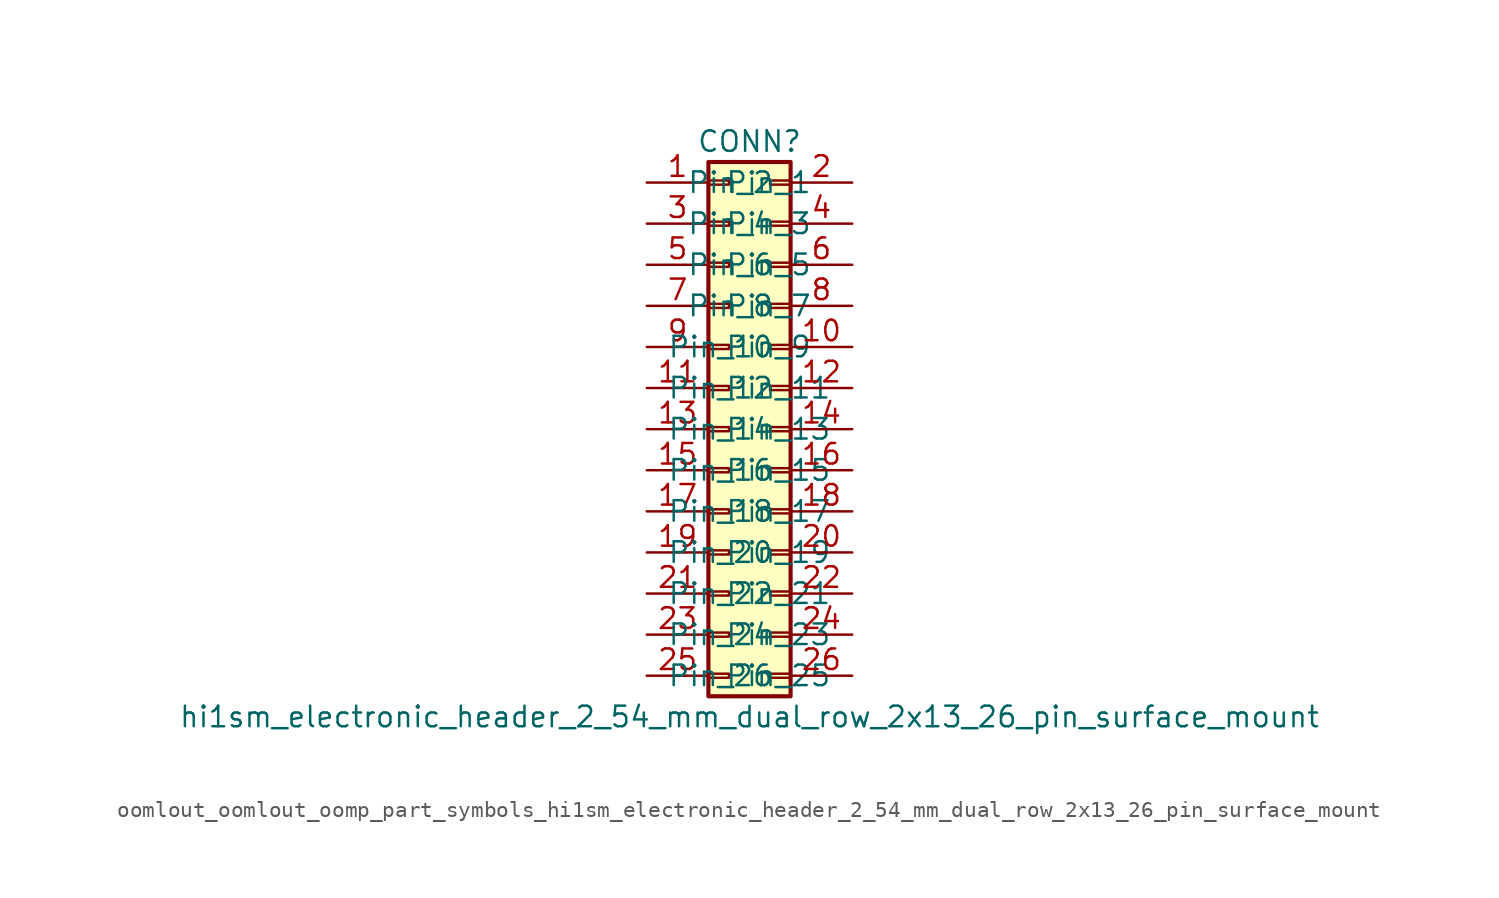
<source format=kicad_sym>
(kicad_symbol_lib
  (version 20220914)
  (generator kicad_symbol_editor)
  (symbol "oomlout_oomlout_oomp_part_symbols_hi1sm_electronic_header_2_54_mm_dual_row_2x13_26_pin_surface_mount"
    (pin_names
      (offset 1.016))
    (property "Reference" "CONN"
      (at 1.27 17.78 0)
      (effects (font (size 1.27 1.27))))
    (property "Value" "hi1sm_electronic_header_2_54_mm_dual_row_2x13_26_pin_surface_mount"
      (at 1.27 -17.78 0)
      (effects (font (size 1.27 1.27))))
    (symbol "oomlout_oomlout_oomp_part_symbols_hi1sm_electronic_header_2_54_mm_dual_row_2x13_26_pin_surface_mount_1_1"
      (rectangle (start -1.27 -15.113) (end 0 -15.367) (stroke (width 0.152) (type default)) (fill (type none)))
      (rectangle (start -1.27 -12.573) (end 0 -12.827) (stroke (width 0.152) (type default)) (fill (type none)))
      (rectangle (start -1.27 -10.033) (end 0 -10.287) (stroke (width 0.152) (type default)) (fill (type none)))
      (rectangle (start -1.27 -7.493) (end 0 -7.747) (stroke (width 0.152) (type default)) (fill (type none)))
      (rectangle (start -1.27 -4.953) (end 0 -5.207) (stroke (width 0.152) (type default)) (fill (type none)))
      (rectangle (start -1.27 -2.413) (end 0 -2.667) (stroke (width 0.152) (type default)) (fill (type none)))
      (rectangle (start -1.27 0.127) (end 0 -0.127) (stroke (width 0.152) (type default)) (fill (type none)))
      (rectangle (start -1.27 2.667) (end 0 2.413) (stroke (width 0.152) (type default)) (fill (type none)))
      (rectangle (start -1.27 5.207) (end 0 4.953) (stroke (width 0.152) (type default)) (fill (type none)))
      (rectangle (start -1.27 7.747) (end 0 7.493) (stroke (width 0.152) (type default)) (fill (type none)))
      (rectangle (start -1.27 10.287) (end 0 10.033) (stroke (width 0.152) (type default)) (fill (type none)))
      (rectangle (start -1.27 12.827) (end 0 12.573) (stroke (width 0.152) (type default)) (fill (type none)))
      (rectangle (start -1.27 15.367) (end 0 15.113) (stroke (width 0.152) (type default)) (fill (type none)))
      (rectangle (start -1.27 16.51) (end 3.81 -16.51) (stroke (width 0.254) (type default)) (fill (type background)))
      (rectangle (start 3.81 -15.113) (end 2.54 -15.367) (stroke (width 0.152) (type default)) (fill (type none)))
      (rectangle (start 3.81 -12.573) (end 2.54 -12.827) (stroke (width 0.152) (type default)) (fill (type none)))
      (rectangle (start 3.81 -10.033) (end 2.54 -10.287) (stroke (width 0.152) (type default)) (fill (type none)))
      (rectangle (start 3.81 -7.493) (end 2.54 -7.747) (stroke (width 0.152) (type default)) (fill (type none)))
      (rectangle (start 3.81 -4.953) (end 2.54 -5.207) (stroke (width 0.152) (type default)) (fill (type none)))
      (rectangle (start 3.81 -2.413) (end 2.54 -2.667) (stroke (width 0.152) (type default)) (fill (type none)))
      (rectangle (start 3.81 0.127) (end 2.54 -0.127) (stroke (width 0.152) (type default)) (fill (type none)))
      (rectangle (start 3.81 2.667) (end 2.54 2.413) (stroke (width 0.152) (type default)) (fill (type none)))
      (rectangle (start 3.81 5.207) (end 2.54 4.953) (stroke (width 0.152) (type default)) (fill (type none)))
      (rectangle (start 3.81 7.747) (end 2.54 7.493) (stroke (width 0.152) (type default)) (fill (type none)))
      (rectangle (start 3.81 10.287) (end 2.54 10.033) (stroke (width 0.152) (type default)) (fill (type none)))
      (rectangle (start 3.81 12.827) (end 2.54 12.573) (stroke (width 0.152) (type default)) (fill (type none)))
      (rectangle (start 3.81 15.367) (end 2.54 15.113) (stroke (width 0.152) (type default)) (fill (type none)))
      (pin passive line (at -5.08 15.24 0) (length 3.81) (name "Pin_1" (effects (font (size 1.27 1.27)))) (number "1" (effects (font (size 1.27 1.27)))))
      (pin passive line (at 7.62 5.08 180) (length 3.81) (name "Pin_10" (effects (font (size 1.27 1.27)))) (number "10" (effects (font (size 1.27 1.27)))))
      (pin passive line (at -5.08 2.54 0) (length 3.81) (name "Pin_11" (effects (font (size 1.27 1.27)))) (number "11" (effects (font (size 1.27 1.27)))))
      (pin passive line (at 7.62 2.54 180) (length 3.81) (name "Pin_12" (effects (font (size 1.27 1.27)))) (number "12" (effects (font (size 1.27 1.27)))))
      (pin passive line (at -5.08 0 0) (length 3.81) (name "Pin_13" (effects (font (size 1.27 1.27)))) (number "13" (effects (font (size 1.27 1.27)))))
      (pin passive line (at 7.62 0 180) (length 3.81) (name "Pin_14" (effects (font (size 1.27 1.27)))) (number "14" (effects (font (size 1.27 1.27)))))
      (pin passive line (at -5.08 -2.54 0) (length 3.81) (name "Pin_15" (effects (font (size 1.27 1.27)))) (number "15" (effects (font (size 1.27 1.27)))))
      (pin passive line (at 7.62 -2.54 180) (length 3.81) (name "Pin_16" (effects (font (size 1.27 1.27)))) (number "16" (effects (font (size 1.27 1.27)))))
      (pin passive line (at -5.08 -5.08 0) (length 3.81) (name "Pin_17" (effects (font (size 1.27 1.27)))) (number "17" (effects (font (size 1.27 1.27)))))
      (pin passive line (at 7.62 -5.08 180) (length 3.81) (name "Pin_18" (effects (font (size 1.27 1.27)))) (number "18" (effects (font (size 1.27 1.27)))))
      (pin passive line (at -5.08 -7.62 0) (length 3.81) (name "Pin_19" (effects (font (size 1.27 1.27)))) (number "19" (effects (font (size 1.27 1.27)))))
      (pin passive line (at 7.62 15.24 180) (length 3.81) (name "Pin_2" (effects (font (size 1.27 1.27)))) (number "2" (effects (font (size 1.27 1.27)))))
      (pin passive line (at 7.62 -7.62 180) (length 3.81) (name "Pin_20" (effects (font (size 1.27 1.27)))) (number "20" (effects (font (size 1.27 1.27)))))
      (pin passive line (at -5.08 -10.16 0) (length 3.81) (name "Pin_21" (effects (font (size 1.27 1.27)))) (number "21" (effects (font (size 1.27 1.27)))))
      (pin passive line (at 7.62 -10.16 180) (length 3.81) (name "Pin_22" (effects (font (size 1.27 1.27)))) (number "22" (effects (font (size 1.27 1.27)))))
      (pin passive line (at -5.08 -12.7 0) (length 3.81) (name "Pin_23" (effects (font (size 1.27 1.27)))) (number "23" (effects (font (size 1.27 1.27)))))
      (pin passive line (at 7.62 -12.7 180) (length 3.81) (name "Pin_24" (effects (font (size 1.27 1.27)))) (number "24" (effects (font (size 1.27 1.27)))))
      (pin passive line (at -5.08 -15.24 0) (length 3.81) (name "Pin_25" (effects (font (size 1.27 1.27)))) (number "25" (effects (font (size 1.27 1.27)))))
      (pin passive line (at 7.62 -15.24 180) (length 3.81) (name "Pin_26" (effects (font (size 1.27 1.27)))) (number "26" (effects (font (size 1.27 1.27)))))
      (pin passive line (at -5.08 12.7 0) (length 3.81) (name "Pin_3" (effects (font (size 1.27 1.27)))) (number "3" (effects (font (size 1.27 1.27)))))
      (pin passive line (at 7.62 12.7 180) (length 3.81) (name "Pin_4" (effects (font (size 1.27 1.27)))) (number "4" (effects (font (size 1.27 1.27)))))
      (pin passive line (at -5.08 10.16 0) (length 3.81) (name "Pin_5" (effects (font (size 1.27 1.27)))) (number "5" (effects (font (size 1.27 1.27)))))
      (pin passive line (at 7.62 10.16 180) (length 3.81) (name "Pin_6" (effects (font (size 1.27 1.27)))) (number "6" (effects (font (size 1.27 1.27)))))
      (pin passive line (at -5.08 7.62 0) (length 3.81) (name "Pin_7" (effects (font (size 1.27 1.27)))) (number "7" (effects (font (size 1.27 1.27)))))
      (pin passive line (at 7.62 7.62 180) (length 3.81) (name "Pin_8" (effects (font (size 1.27 1.27)))) (number "8" (effects (font (size 1.27 1.27)))))
      (pin passive line (at -5.08 5.08 0) (length 3.81) (name "Pin_9" (effects (font (size 1.27 1.27)))) (number "9" (effects (font (size 1.27 1.27))))))))
</source>
